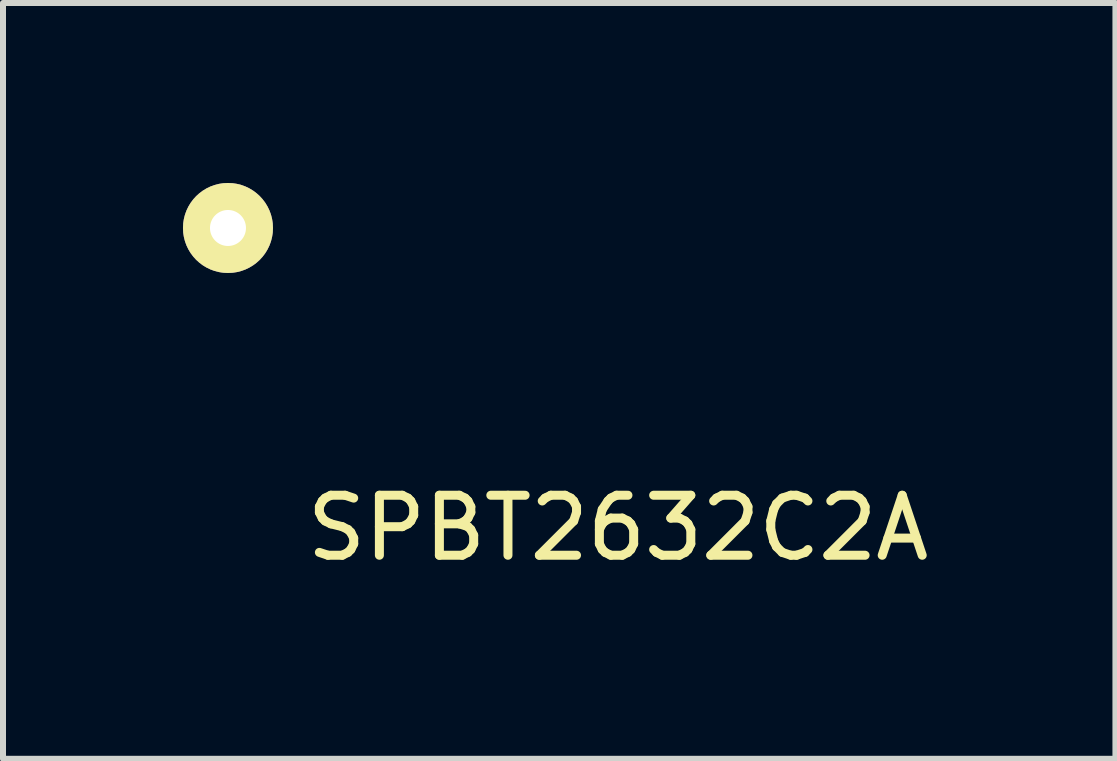
<source format=kicad_pcb>
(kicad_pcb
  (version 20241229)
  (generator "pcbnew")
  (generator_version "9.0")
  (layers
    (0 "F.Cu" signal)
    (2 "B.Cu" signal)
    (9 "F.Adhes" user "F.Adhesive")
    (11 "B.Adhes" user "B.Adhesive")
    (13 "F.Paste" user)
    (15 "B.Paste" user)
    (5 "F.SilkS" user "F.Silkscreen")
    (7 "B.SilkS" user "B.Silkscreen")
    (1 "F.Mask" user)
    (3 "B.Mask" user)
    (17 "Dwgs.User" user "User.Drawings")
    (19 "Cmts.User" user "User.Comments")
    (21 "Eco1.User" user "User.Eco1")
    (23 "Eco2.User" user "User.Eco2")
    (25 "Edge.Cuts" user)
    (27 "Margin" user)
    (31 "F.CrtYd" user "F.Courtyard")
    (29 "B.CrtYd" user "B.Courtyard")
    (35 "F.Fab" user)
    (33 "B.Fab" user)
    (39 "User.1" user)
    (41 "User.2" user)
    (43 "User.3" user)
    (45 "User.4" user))
  (footprint "SPBT2632C2A"
    (layer "F.Cu")
    (at 7.25 5.75)
    (property "Reference" "SPBT2632C2A" (at 0 0 0) (layer "F.SilkS") (effects (font (size 1 1) (thickness 0.15))))
    (attr through_hole)
    (pad "1" thru_hole circle (at -6.5 -5) (size 1.5 1.5) (drill 0.6) (layers "*.Cu" "*.Mask" "F.SilkS")))
  (gr_rect
    (start -3 -3)
    (end 15.542 9.598)
    (stroke (width 0.1) (type default))
    (fill no)
    (layer "Edge.Cuts")))
</source>
